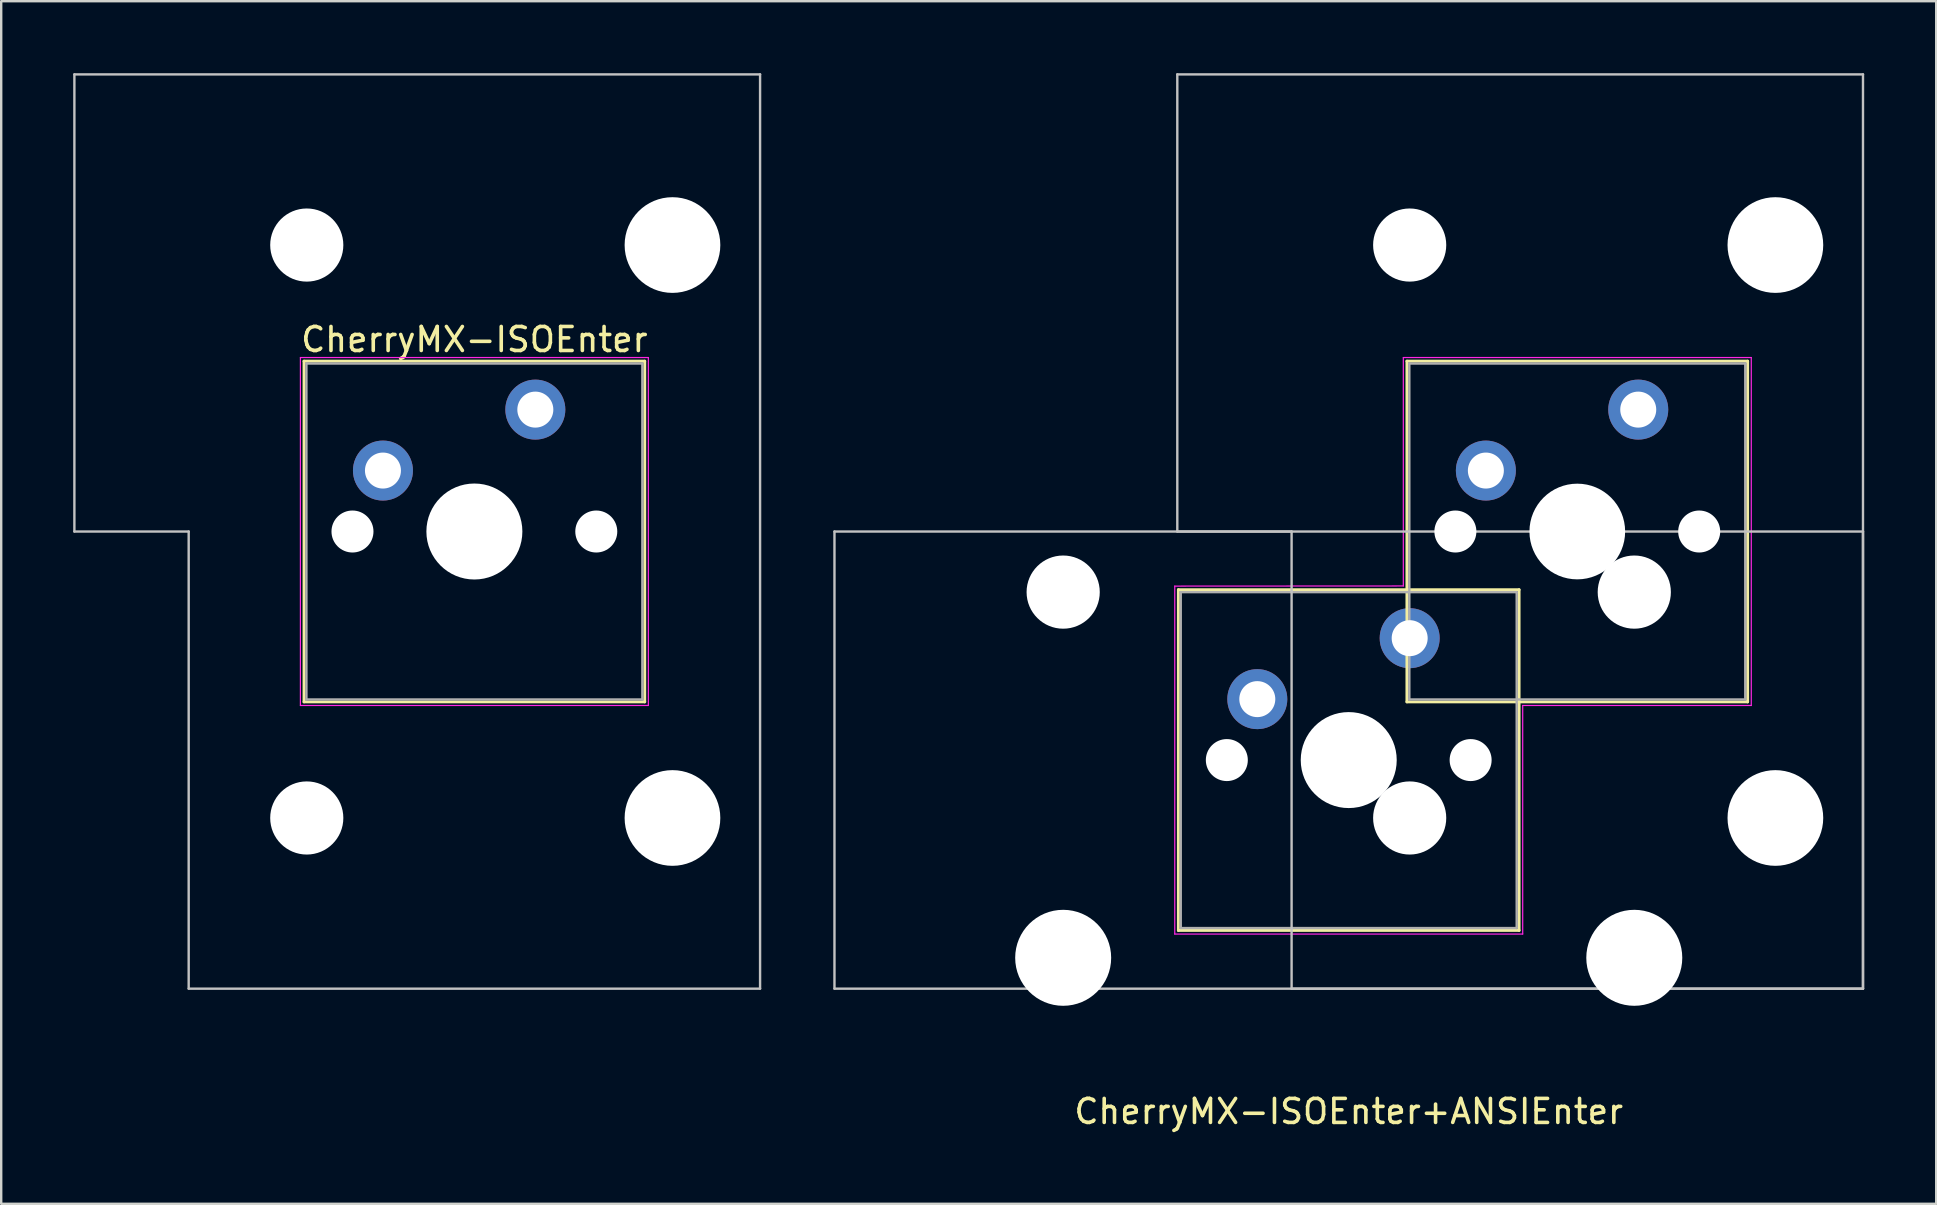
<source format=kicad_pcb>
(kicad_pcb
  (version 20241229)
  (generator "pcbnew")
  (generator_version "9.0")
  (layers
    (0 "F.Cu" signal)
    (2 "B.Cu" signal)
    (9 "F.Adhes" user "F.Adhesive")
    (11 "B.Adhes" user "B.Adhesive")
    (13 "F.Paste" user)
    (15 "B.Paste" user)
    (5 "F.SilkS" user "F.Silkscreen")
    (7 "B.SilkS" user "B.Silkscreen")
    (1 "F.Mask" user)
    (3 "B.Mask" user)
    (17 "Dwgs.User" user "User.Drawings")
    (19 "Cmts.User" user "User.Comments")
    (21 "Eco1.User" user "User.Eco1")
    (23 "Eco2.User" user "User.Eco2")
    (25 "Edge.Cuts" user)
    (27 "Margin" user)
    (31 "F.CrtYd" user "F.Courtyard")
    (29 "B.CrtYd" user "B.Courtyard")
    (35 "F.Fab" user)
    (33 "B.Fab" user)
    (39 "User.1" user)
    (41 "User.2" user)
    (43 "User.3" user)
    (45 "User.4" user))
  (footprint "CherryMX-ISOEnter+ANSIEnter"
    (layer "F.Cu")
    (at 53.156 43.769)
    (property "Reference" "CherryMX-ISOEnter+ANSIEnter" (at 0 -0.5 0) (unlocked yes) (layer "F.SilkS") (effects (font (size 1 1) (thickness 0.15))))
    (attr through_hole)
    (fp_line (start -7.1 -22.244) (end -7.1 -8.044) (stroke (width 0.12) (type solid)) (layer "F.SilkS"))
    (fp_line (start -7.1 -8.044) (end 7.1 -8.044) (stroke (width 0.12) (type solid)) (layer "F.SilkS"))
    (fp_line (start 2.425 -31.769) (end 2.425 -17.569) (stroke (width 0.12) (type solid)) (layer "F.SilkS"))
    (fp_line (start 2.425 -17.569) (end 16.625 -17.569) (stroke (width 0.12) (type solid)) (layer "F.SilkS"))
    (fp_line (start 7.1 -22.244) (end -7.1 -22.244) (stroke (width 0.12) (type solid)) (layer "F.SilkS"))
    (fp_line (start 7.1 -8.044) (end 7.1 -22.244) (stroke (width 0.12) (type solid)) (layer "F.SilkS"))
    (fp_line (start 16.625 -31.769) (end 2.425 -31.769) (stroke (width 0.12) (type solid)) (layer "F.SilkS"))
    (fp_line (start 16.625 -17.569) (end 16.625 -31.769) (stroke (width 0.12) (type solid)) (layer "F.SilkS"))
    (fp_line (start -21.431 -24.669) (end -21.431 -5.619) (stroke (width 0.1) (type solid)) (layer "Dwgs.User"))
    (fp_line (start -21.431 -5.619) (end 21.431 -5.619) (stroke (width 0.1) (type solid)) (layer "Dwgs.User"))
    (fp_line (start -7.144 -43.719) (end -7.144 -24.669) (stroke (width 0.1) (type solid)) (layer "Dwgs.User"))
    (fp_line (start -7.144 -24.669) (end -2.381 -24.669) (stroke (width 0.1) (type solid)) (layer "Dwgs.User"))
    (fp_line (start -2.381 -24.669) (end -2.381 -5.619) (stroke (width 0.1) (type solid)) (layer "Dwgs.User"))
    (fp_line (start -2.381 -5.619) (end 21.431 -5.619) (stroke (width 0.1) (type solid)) (layer "Dwgs.User"))
    (fp_line (start 21.431 -43.719) (end -7.144 -43.719) (stroke (width 0.1) (type solid)) (layer "Dwgs.User"))
    (fp_line (start 21.431 -24.669) (end -21.431 -24.669) (stroke (width 0.1) (type solid)) (layer "Dwgs.User"))
    (fp_line (start 21.431 -5.619) (end 21.431 -43.719) (stroke (width 0.1) (type solid)) (layer "Dwgs.User"))
    (fp_line (start 21.431 -5.619) (end 21.431 -24.669) (stroke (width 0.1) (type solid)) (layer "Dwgs.User"))
    (fp_line (start -7 -22.144) (end -7 -8.144) (stroke (width 0.1) (type solid)) (layer "Eco1.User"))
    (fp_line (start -7 -8.144) (end 7 -8.144) (stroke (width 0.1) (type solid)) (layer "Eco1.User"))
    (fp_line (start 2.525 -31.669) (end 2.525 -17.669) (stroke (width 0.1) (type solid)) (layer "Eco1.User"))
    (fp_line (start 2.525 -17.669) (end 16.525 -17.669) (stroke (width 0.1) (type solid)) (layer "Eco1.User"))
    (fp_line (start 7 -22.144) (end -7 -22.144) (stroke (width 0.1) (type solid)) (layer "Eco1.User"))
    (fp_line (start 7 -8.144) (end 7 -22.144) (stroke (width 0.1) (type solid)) (layer "Eco1.User"))
    (fp_line (start 16.525 -31.669) (end 2.525 -31.669) (stroke (width 0.1) (type solid)) (layer "Eco1.User"))
    (fp_line (start 16.525 -17.669) (end 16.525 -31.669) (stroke (width 0.1) (type solid)) (layer "Eco1.User"))
    (fp_line (start -7.25 -22.394) (end -7.25 -7.894) (stroke (width 0.05) (type solid)) (layer "F.CrtYd"))
    (fp_line (start -7.25 -7.894) (end 7.25 -7.894) (stroke (width 0.05) (type solid)) (layer "F.CrtYd"))
    (fp_line (start 2.275 -31.919) (end 2.275 -22.4) (stroke (width 0.05) (type solid)) (layer "F.CrtYd"))
    (fp_line (start 2.275 -22.4) (end -7.25 -22.394) (stroke (width 0.05) (type solid)) (layer "F.CrtYd"))
    (fp_line (start 7.25 -17.42) (end 16.775 -17.419) (stroke (width 0.05) (type solid)) (layer "F.CrtYd"))
    (fp_line (start 7.25 -7.894) (end 7.25 -17.42) (stroke (width 0.05) (type solid)) (layer "F.CrtYd"))
    (fp_line (start 16.775 -31.919) (end 2.275 -31.919) (stroke (width 0.05) (type solid)) (layer "F.CrtYd"))
    (fp_line (start 16.775 -17.419) (end 16.775 -31.919) (stroke (width 0.05) (type solid)) (layer "F.CrtYd"))
    (fp_line (start -7 -22.144) (end -7 -8.144) (stroke (width 0.1) (type solid)) (layer "F.Fab"))
    (fp_line (start -7 -8.144) (end 7 -8.144) (stroke (width 0.1) (type solid)) (layer "F.Fab"))
    (fp_line (start 2.525 -31.669) (end 2.525 -17.669) (stroke (width 0.1) (type solid)) (layer "F.Fab"))
    (fp_line (start 2.525 -17.669) (end 16.525 -17.669) (stroke (width 0.1) (type solid)) (layer "F.Fab"))
    (fp_line (start 7 -22.144) (end -7 -22.144) (stroke (width 0.1) (type solid)) (layer "F.Fab"))
    (fp_line (start 7 -8.144) (end 7 -22.144) (stroke (width 0.1) (type solid)) (layer "F.Fab"))
    (fp_line (start 16.525 -31.669) (end 2.525 -31.669) (stroke (width 0.1) (type solid)) (layer "F.Fab"))
    (fp_line (start 16.525 -17.669) (end 16.525 -31.669) (stroke (width 0.1) (type solid)) (layer "F.Fab"))
    (pad "" np_thru_hole circle (at -11.9 -22.144) (size 3.05 3.05) (drill 3.05) (layers "*.Cu" "*.Mask"))
    (pad "" np_thru_hole circle (at -11.9 -6.904) (size 4 4) (drill 4) (layers "*.Cu" "*.Mask"))
    (pad "" np_thru_hole circle (at -5.08 -15.144) (size 1.75 1.75) (drill 1.75) (layers "*.Cu" "*.Mask"))
    (pad "" np_thru_hole circle (at 0 -15.144) (size 4 4) (drill 4) (layers "*.Cu" "*.Mask"))
    (pad "" np_thru_hole circle (at 2.54 -36.607) (size 3.048 3.048) (drill 3.048) (layers "*.Cu" "*.Mask"))
    (pad "" np_thru_hole circle (at 2.54 -12.731) (size 3.048 3.048) (drill 3.048) (layers "*.Cu" "*.Mask"))
    (pad "" np_thru_hole circle (at 4.445 -24.669) (size 1.75 1.75) (drill 1.75) (layers "*.Cu" "*.Mask"))
    (pad "" np_thru_hole circle (at 5.08 -15.144) (size 1.75 1.75) (drill 1.75) (layers "*.Cu" "*.Mask"))
    (pad "" np_thru_hole circle (at 9.525 -24.669 90) (size 3.988 3.988) (drill 3.988) (layers "*.Cu" "*.Mask"))
    (pad "" np_thru_hole circle (at 11.9 -22.144) (size 3.05 3.05) (drill 3.05) (layers "*.Cu" "*.Mask"))
    (pad "" np_thru_hole circle (at 11.9 -6.904) (size 4 4) (drill 4) (layers "*.Cu" "*.Mask"))
    (pad "" np_thru_hole circle (at 14.605 -24.669) (size 1.75 1.75) (drill 1.75) (layers "*.Cu" "*.Mask"))
    (pad "" np_thru_hole circle (at 17.78 -36.607) (size 3.988 3.988) (drill 3.988) (layers "*.Cu" "*.Mask"))
    (pad "" np_thru_hole circle (at 17.78 -12.731) (size 3.988 3.988) (drill 3.988) (layers "*.Cu" "*.Mask"))
    (pad "1" thru_hole circle (at -3.81 -17.684) (size 2.5 2.5) (drill 1.5) (layers "*.Cu" "B.Mask"))
    (pad "1" thru_hole circle (at 5.715 -27.209) (size 2.5 2.5) (drill 1.5) (layers "*.Cu" "B.Mask"))
    (pad "2" thru_hole circle (at 2.54 -20.224) (size 2.5 2.5) (drill 1.5) (layers "*.Cu" "B.Mask"))
    (pad "2" thru_hole circle (at 12.065 -29.749) (size 2.5 2.5) (drill 1.5) (layers "*.Cu" "B.Mask")))
  (footprint "CherryMX-ISOEnter"
    (layer "F.Cu")
    (at 16.719 19.1)
    (property "Reference" "CherryMX-ISOEnter" (at 0 -8 0) (layer "F.SilkS") (effects (font (size 1 1) (thickness 0.15))))
    (attr through_hole)
    (fp_line (start -7.1 -7.1) (end -7.1 7.1) (stroke (width 0.12) (type solid)) (layer "F.SilkS"))
    (fp_line (start -7.1 7.1) (end 7.1 7.1) (stroke (width 0.12) (type solid)) (layer "F.SilkS"))
    (fp_line (start 7.1 -7.1) (end -7.1 -7.1) (stroke (width 0.12) (type solid)) (layer "F.SilkS"))
    (fp_line (start 7.1 7.1) (end 7.1 -7.1) (stroke (width 0.12) (type solid)) (layer "F.SilkS"))
    (fp_line (start -16.669 -19.05) (end -16.669 0) (stroke (width 0.1) (type solid)) (layer "Dwgs.User"))
    (fp_line (start -16.669 0) (end -11.906 0) (stroke (width 0.1) (type solid)) (layer "Dwgs.User"))
    (fp_line (start -11.906 0) (end -11.906 19.05) (stroke (width 0.1) (type solid)) (layer "Dwgs.User"))
    (fp_line (start -11.906 19.05) (end 11.906 19.05) (stroke (width 0.1) (type solid)) (layer "Dwgs.User"))
    (fp_line (start 11.906 -19.05) (end -16.669 -19.05) (stroke (width 0.1) (type solid)) (layer "Dwgs.User"))
    (fp_line (start 11.906 19.05) (end 11.906 -19.05) (stroke (width 0.1) (type solid)) (layer "Dwgs.User"))
    (fp_line (start -7 -7) (end -7 7) (stroke (width 0.1) (type solid)) (layer "Eco1.User"))
    (fp_line (start -7 7) (end 7 7) (stroke (width 0.1) (type solid)) (layer "Eco1.User"))
    (fp_line (start 7 -7) (end -7 -7) (stroke (width 0.1) (type solid)) (layer "Eco1.User"))
    (fp_line (start 7 7) (end 7 -7) (stroke (width 0.1) (type solid)) (layer "Eco1.User"))
    (fp_line (start -7.25 -7.25) (end -7.25 7.25) (stroke (width 0.05) (type solid)) (layer "F.CrtYd"))
    (fp_line (start -7.25 7.25) (end 7.25 7.25) (stroke (width 0.05) (type solid)) (layer "F.CrtYd"))
    (fp_line (start 7.25 -7.25) (end -7.25 -7.25) (stroke (width 0.05) (type solid)) (layer "F.CrtYd"))
    (fp_line (start 7.25 7.25) (end 7.25 -7.25) (stroke (width 0.05) (type solid)) (layer "F.CrtYd"))
    (fp_line (start -7 -7) (end -7 7) (stroke (width 0.1) (type solid)) (layer "F.Fab"))
    (fp_line (start -7 7) (end 7 7) (stroke (width 0.1) (type solid)) (layer "F.Fab"))
    (fp_line (start 7 -7) (end -7 -7) (stroke (width 0.1) (type solid)) (layer "F.Fab"))
    (fp_line (start 7 7) (end 7 -7) (stroke (width 0.1) (type solid)) (layer "F.Fab"))
    (pad "" np_thru_hole circle (at -6.985 -11.938) (size 3.048 3.048) (drill 3.048) (layers "*.Cu" "*.Mask"))
    (pad "" np_thru_hole circle (at -6.985 11.938) (size 3.048 3.048) (drill 3.048) (layers "*.Cu" "*.Mask"))
    (pad "" np_thru_hole circle (at -5.08 0) (size 1.75 1.75) (drill 1.75) (layers "*.Cu" "*.Mask"))
    (pad "" np_thru_hole circle (at 0 0) (size 4 4) (drill 4) (layers "*.Cu" "*.Mask"))
    (pad "" np_thru_hole circle (at 5.08 0) (size 1.75 1.75) (drill 1.75) (layers "*.Cu" "*.Mask"))
    (pad "" np_thru_hole circle (at 8.255 -11.938) (size 3.988 3.988) (drill 3.988) (layers "*.Cu" "*.Mask"))
    (pad "" np_thru_hole circle (at 8.255 11.938) (size 3.988 3.988) (drill 3.988) (layers "*.Cu" "*.Mask"))
    (pad "1" thru_hole circle (at -3.81 -2.54) (size 2.5 2.5) (drill 1.5) (layers "*.Cu" "B.Mask"))
    (pad "2" thru_hole circle (at 2.54 -5.08) (size 2.5 2.5) (drill 1.5) (layers "*.Cu" "B.Mask")))
  (gr_rect
    (start -3 -3)
    (end 77.638 47.117)
    (stroke (width 0.1) (type default))
    (fill no)
    (layer "Edge.Cuts")))
</source>
